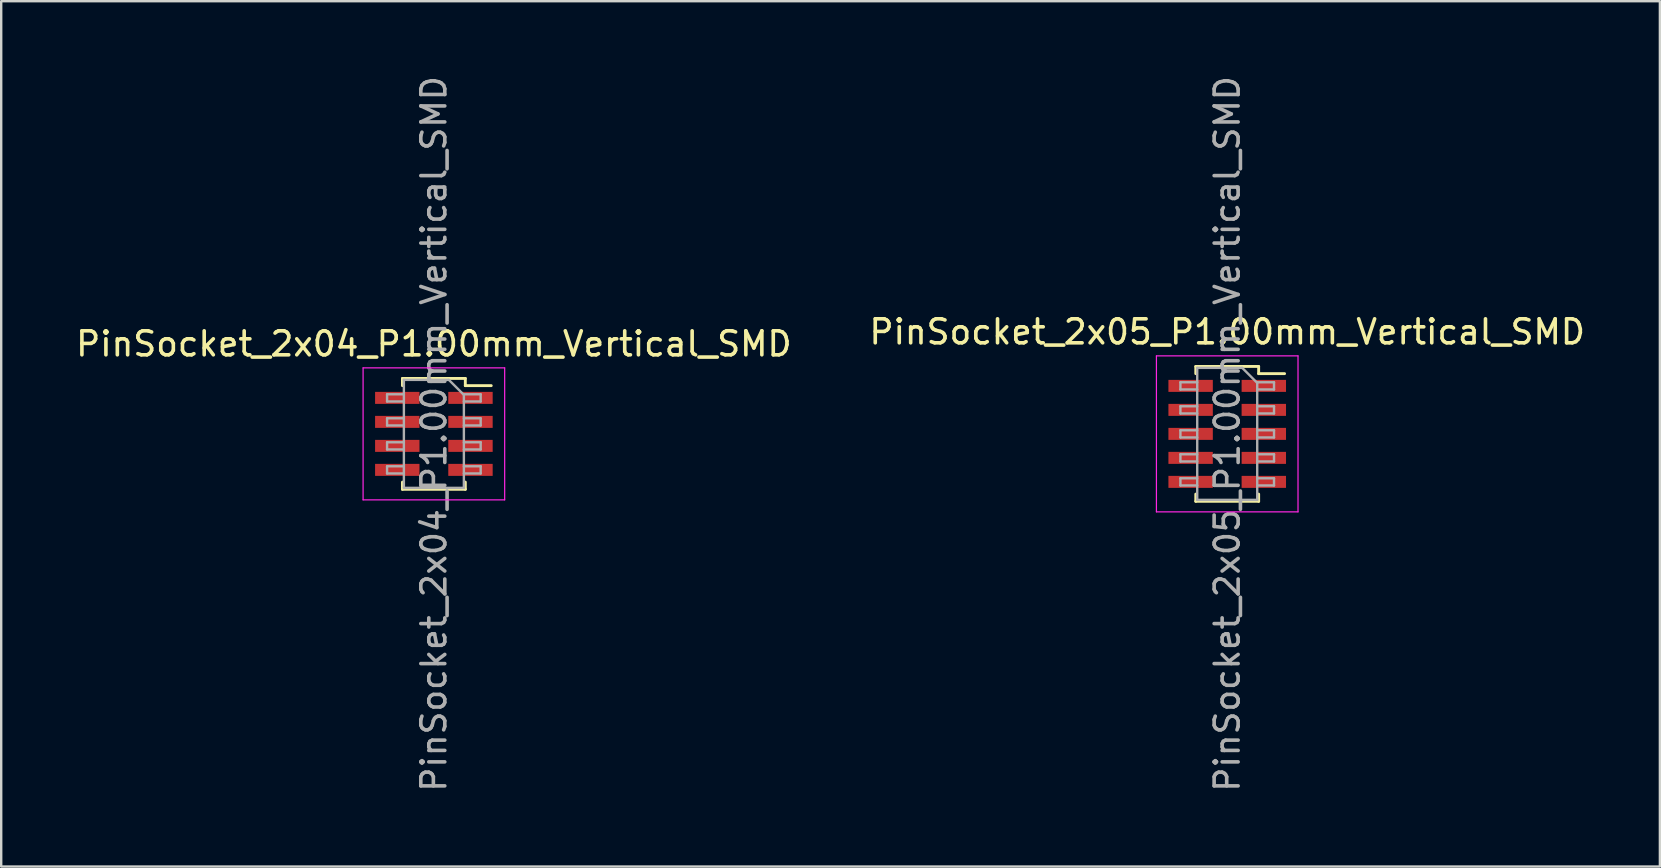
<source format=kicad_pcb>
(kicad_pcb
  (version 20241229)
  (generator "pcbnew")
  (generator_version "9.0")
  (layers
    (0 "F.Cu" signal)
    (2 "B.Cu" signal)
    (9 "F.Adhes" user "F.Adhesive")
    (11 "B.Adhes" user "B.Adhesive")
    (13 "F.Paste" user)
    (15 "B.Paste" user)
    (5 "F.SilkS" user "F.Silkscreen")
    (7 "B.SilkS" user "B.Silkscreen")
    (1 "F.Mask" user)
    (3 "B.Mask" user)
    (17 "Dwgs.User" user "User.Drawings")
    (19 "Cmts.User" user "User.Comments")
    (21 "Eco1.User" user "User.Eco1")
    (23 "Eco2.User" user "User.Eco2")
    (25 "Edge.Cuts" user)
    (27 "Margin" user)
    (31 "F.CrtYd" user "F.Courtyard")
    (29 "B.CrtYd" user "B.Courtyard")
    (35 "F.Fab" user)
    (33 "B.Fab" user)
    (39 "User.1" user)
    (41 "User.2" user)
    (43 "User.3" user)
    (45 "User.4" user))
  (footprint "PinSocket_2x04_P1.00mm_Vertical_SMD"
    (layer "F.Cu")
    (at 15.03 15.03)
    (property "Reference" "PinSocket_2x04_P1.00mm_Vertical_SMD" (at 0 -3.75 0) (layer "F.SilkS") (effects (font (size 1 1) (thickness 0.15))))
    (attr smd)
    (fp_line (start -1.31 -2.31) (end -1.31 -2.01) (stroke (width 0.12) (type solid)) (layer "F.SilkS"))
    (fp_line (start -1.31 -2.31) (end 1.31 -2.31) (stroke (width 0.12) (type solid)) (layer "F.SilkS"))
    (fp_line (start -1.31 2.01) (end -1.31 2.31) (stroke (width 0.12) (type solid)) (layer "F.SilkS"))
    (fp_line (start -1.31 2.31) (end 1.31 2.31) (stroke (width 0.12) (type solid)) (layer "F.SilkS"))
    (fp_line (start 1.31 -2.31) (end 1.31 -2.01) (stroke (width 0.12) (type solid)) (layer "F.SilkS"))
    (fp_line (start 1.31 -2.01) (end 2.39 -2.01) (stroke (width 0.12) (type solid)) (layer "F.SilkS"))
    (fp_line (start 1.31 2.01) (end 1.31 2.31) (stroke (width 0.12) (type solid)) (layer "F.SilkS"))
    (fp_line (start -2.95 -2.75) (end 2.95 -2.75) (stroke (width 0.05) (type solid)) (layer "F.CrtYd"))
    (fp_line (start -2.95 2.75) (end -2.95 -2.75) (stroke (width 0.05) (type solid)) (layer "F.CrtYd"))
    (fp_line (start 2.95 -2.75) (end 2.95 2.75) (stroke (width 0.05) (type solid)) (layer "F.CrtYd"))
    (fp_line (start 2.95 2.75) (end -2.95 2.75) (stroke (width 0.05) (type solid)) (layer "F.CrtYd"))
    (fp_line (start -1.95 -1.65) (end -1.25 -1.65) (stroke (width 0.1) (type solid)) (layer "F.Fab"))
    (fp_line (start -1.95 -1.35) (end -1.95 -1.65) (stroke (width 0.1) (type solid)) (layer "F.Fab"))
    (fp_line (start -1.95 -0.65) (end -1.25 -0.65) (stroke (width 0.1) (type solid)) (layer "F.Fab"))
    (fp_line (start -1.95 -0.35) (end -1.95 -0.65) (stroke (width 0.1) (type solid)) (layer "F.Fab"))
    (fp_line (start -1.95 0.35) (end -1.25 0.35) (stroke (width 0.1) (type solid)) (layer "F.Fab"))
    (fp_line (start -1.95 0.65) (end -1.95 0.35) (stroke (width 0.1) (type solid)) (layer "F.Fab"))
    (fp_line (start -1.95 1.35) (end -1.25 1.35) (stroke (width 0.1) (type solid)) (layer "F.Fab"))
    (fp_line (start -1.95 1.65) (end -1.95 1.35) (stroke (width 0.1) (type solid)) (layer "F.Fab"))
    (fp_line (start -1.25 -2.25) (end 0.625 -2.25) (stroke (width 0.1) (type solid)) (layer "F.Fab"))
    (fp_line (start -1.25 -1.35) (end -1.95 -1.35) (stroke (width 0.1) (type solid)) (layer "F.Fab"))
    (fp_line (start -1.25 -0.35) (end -1.95 -0.35) (stroke (width 0.1) (type solid)) (layer "F.Fab"))
    (fp_line (start -1.25 0.65) (end -1.95 0.65) (stroke (width 0.1) (type solid)) (layer "F.Fab"))
    (fp_line (start -1.25 1.65) (end -1.95 1.65) (stroke (width 0.1) (type solid)) (layer "F.Fab"))
    (fp_line (start -1.25 2.25) (end -1.25 -2.25) (stroke (width 0.1) (type solid)) (layer "F.Fab"))
    (fp_line (start 0.625 -2.25) (end 1.25 -1.625) (stroke (width 0.1) (type solid)) (layer "F.Fab"))
    (fp_line (start 1.25 -1.65) (end 1.95 -1.65) (stroke (width 0.1) (type solid)) (layer "F.Fab"))
    (fp_line (start 1.25 -1.625) (end 1.25 2.25) (stroke (width 0.1) (type solid)) (layer "F.Fab"))
    (fp_line (start 1.25 -0.65) (end 1.95 -0.65) (stroke (width 0.1) (type solid)) (layer "F.Fab"))
    (fp_line (start 1.25 0.35) (end 1.95 0.35) (stroke (width 0.1) (type solid)) (layer "F.Fab"))
    (fp_line (start 1.25 1.35) (end 1.95 1.35) (stroke (width 0.1) (type solid)) (layer "F.Fab"))
    (fp_line (start 1.25 2.25) (end -1.25 2.25) (stroke (width 0.1) (type solid)) (layer "F.Fab"))
    (fp_line (start 1.95 -1.65) (end 1.95 -1.35) (stroke (width 0.1) (type solid)) (layer "F.Fab"))
    (fp_line (start 1.95 -1.35) (end 1.25 -1.35) (stroke (width 0.1) (type solid)) (layer "F.Fab"))
    (fp_line (start 1.95 -0.65) (end 1.95 -0.35) (stroke (width 0.1) (type solid)) (layer "F.Fab"))
    (fp_line (start 1.95 -0.35) (end 1.25 -0.35) (stroke (width 0.1) (type solid)) (layer "F.Fab"))
    (fp_line (start 1.95 0.35) (end 1.95 0.65) (stroke (width 0.1) (type solid)) (layer "F.Fab"))
    (fp_line (start 1.95 0.65) (end 1.25 0.65) (stroke (width 0.1) (type solid)) (layer "F.Fab"))
    (fp_line (start 1.95 1.35) (end 1.95 1.65) (stroke (width 0.1) (type solid)) (layer "F.Fab"))
    (fp_line (start 1.95 1.65) (end 1.25 1.65) (stroke (width 0.1) (type solid)) (layer "F.Fab"))
    (fp_text user "${REFERENCE}" (at 0 0 90) (layer "F.Fab") (effects (font (size 1 1) (thickness 0.15))))
    (pad "1" smd rect (at 1.525 -1.5) (size 1.85 0.5) (layers "F.Cu" "F.Mask" "F.Paste"))
    (pad "2" smd rect (at -1.525 -1.5) (size 1.85 0.5) (layers "F.Cu" "F.Mask" "F.Paste"))
    (pad "3" smd rect (at 1.525 -0.5) (size 1.85 0.5) (layers "F.Cu" "F.Mask" "F.Paste"))
    (pad "4" smd rect (at -1.525 -0.5) (size 1.85 0.5) (layers "F.Cu" "F.Mask" "F.Paste"))
    (pad "5" smd rect (at 1.525 0.5) (size 1.85 0.5) (layers "F.Cu" "F.Mask" "F.Paste"))
    (pad "6" smd rect (at -1.525 0.5) (size 1.85 0.5) (layers "F.Cu" "F.Mask" "F.Paste"))
    (pad "7" smd rect (at 1.525 1.5) (size 1.85 0.5) (layers "F.Cu" "F.Mask" "F.Paste"))
    (pad "8" smd rect (at -1.525 1.5) (size 1.85 0.5) (layers "F.Cu" "F.Mask" "F.Paste")))
  (footprint "PinSocket_2x05_P1.00mm_Vertical_SMD"
    (layer "F.Cu")
    (at 48.089 15.03)
    (property "Reference" "PinSocket_2x05_P1.00mm_Vertical_SMD" (at 0 -4.25 0) (layer "F.SilkS") (effects (font (size 1 1) (thickness 0.15))))
    (attr smd)
    (fp_line (start -1.31 -2.81) (end -1.31 -2.51) (stroke (width 0.12) (type solid)) (layer "F.SilkS"))
    (fp_line (start -1.31 -2.81) (end 1.31 -2.81) (stroke (width 0.12) (type solid)) (layer "F.SilkS"))
    (fp_line (start -1.31 2.51) (end -1.31 2.81) (stroke (width 0.12) (type solid)) (layer "F.SilkS"))
    (fp_line (start -1.31 2.81) (end 1.31 2.81) (stroke (width 0.12) (type solid)) (layer "F.SilkS"))
    (fp_line (start 1.31 -2.81) (end 1.31 -2.51) (stroke (width 0.12) (type solid)) (layer "F.SilkS"))
    (fp_line (start 1.31 -2.51) (end 2.39 -2.51) (stroke (width 0.12) (type solid)) (layer "F.SilkS"))
    (fp_line (start 1.31 2.51) (end 1.31 2.81) (stroke (width 0.12) (type solid)) (layer "F.SilkS"))
    (fp_line (start -2.95 -3.25) (end 2.95 -3.25) (stroke (width 0.05) (type solid)) (layer "F.CrtYd"))
    (fp_line (start -2.95 3.25) (end -2.95 -3.25) (stroke (width 0.05) (type solid)) (layer "F.CrtYd"))
    (fp_line (start 2.95 -3.25) (end 2.95 3.25) (stroke (width 0.05) (type solid)) (layer "F.CrtYd"))
    (fp_line (start 2.95 3.25) (end -2.95 3.25) (stroke (width 0.05) (type solid)) (layer "F.CrtYd"))
    (fp_line (start -1.95 -2.15) (end -1.25 -2.15) (stroke (width 0.1) (type solid)) (layer "F.Fab"))
    (fp_line (start -1.95 -1.85) (end -1.95 -2.15) (stroke (width 0.1) (type solid)) (layer "F.Fab"))
    (fp_line (start -1.95 -1.15) (end -1.25 -1.15) (stroke (width 0.1) (type solid)) (layer "F.Fab"))
    (fp_line (start -1.95 -0.85) (end -1.95 -1.15) (stroke (width 0.1) (type solid)) (layer "F.Fab"))
    (fp_line (start -1.95 -0.15) (end -1.25 -0.15) (stroke (width 0.1) (type solid)) (layer "F.Fab"))
    (fp_line (start -1.95 0.15) (end -1.95 -0.15) (stroke (width 0.1) (type solid)) (layer "F.Fab"))
    (fp_line (start -1.95 0.85) (end -1.25 0.85) (stroke (width 0.1) (type solid)) (layer "F.Fab"))
    (fp_line (start -1.95 1.15) (end -1.95 0.85) (stroke (width 0.1) (type solid)) (layer "F.Fab"))
    (fp_line (start -1.95 1.85) (end -1.25 1.85) (stroke (width 0.1) (type solid)) (layer "F.Fab"))
    (fp_line (start -1.95 2.15) (end -1.95 1.85) (stroke (width 0.1) (type solid)) (layer "F.Fab"))
    (fp_line (start -1.25 -2.75) (end 0.625 -2.75) (stroke (width 0.1) (type solid)) (layer "F.Fab"))
    (fp_line (start -1.25 -1.85) (end -1.95 -1.85) (stroke (width 0.1) (type solid)) (layer "F.Fab"))
    (fp_line (start -1.25 -0.85) (end -1.95 -0.85) (stroke (width 0.1) (type solid)) (layer "F.Fab"))
    (fp_line (start -1.25 0.15) (end -1.95 0.15) (stroke (width 0.1) (type solid)) (layer "F.Fab"))
    (fp_line (start -1.25 1.15) (end -1.95 1.15) (stroke (width 0.1) (type solid)) (layer "F.Fab"))
    (fp_line (start -1.25 2.15) (end -1.95 2.15) (stroke (width 0.1) (type solid)) (layer "F.Fab"))
    (fp_line (start -1.25 2.75) (end -1.25 -2.75) (stroke (width 0.1) (type solid)) (layer "F.Fab"))
    (fp_line (start 0.625 -2.75) (end 1.25 -2.125) (stroke (width 0.1) (type solid)) (layer "F.Fab"))
    (fp_line (start 1.25 -2.15) (end 1.95 -2.15) (stroke (width 0.1) (type solid)) (layer "F.Fab"))
    (fp_line (start 1.25 -2.125) (end 1.25 2.75) (stroke (width 0.1) (type solid)) (layer "F.Fab"))
    (fp_line (start 1.25 -1.15) (end 1.95 -1.15) (stroke (width 0.1) (type solid)) (layer "F.Fab"))
    (fp_line (start 1.25 -0.15) (end 1.95 -0.15) (stroke (width 0.1) (type solid)) (layer "F.Fab"))
    (fp_line (start 1.25 0.85) (end 1.95 0.85) (stroke (width 0.1) (type solid)) (layer "F.Fab"))
    (fp_line (start 1.25 1.85) (end 1.95 1.85) (stroke (width 0.1) (type solid)) (layer "F.Fab"))
    (fp_line (start 1.25 2.75) (end -1.25 2.75) (stroke (width 0.1) (type solid)) (layer "F.Fab"))
    (fp_line (start 1.95 -2.15) (end 1.95 -1.85) (stroke (width 0.1) (type solid)) (layer "F.Fab"))
    (fp_line (start 1.95 -1.85) (end 1.25 -1.85) (stroke (width 0.1) (type solid)) (layer "F.Fab"))
    (fp_line (start 1.95 -1.15) (end 1.95 -0.85) (stroke (width 0.1) (type solid)) (layer "F.Fab"))
    (fp_line (start 1.95 -0.85) (end 1.25 -0.85) (stroke (width 0.1) (type solid)) (layer "F.Fab"))
    (fp_line (start 1.95 -0.15) (end 1.95 0.15) (stroke (width 0.1) (type solid)) (layer "F.Fab"))
    (fp_line (start 1.95 0.15) (end 1.25 0.15) (stroke (width 0.1) (type solid)) (layer "F.Fab"))
    (fp_line (start 1.95 0.85) (end 1.95 1.15) (stroke (width 0.1) (type solid)) (layer "F.Fab"))
    (fp_line (start 1.95 1.15) (end 1.25 1.15) (stroke (width 0.1) (type solid)) (layer "F.Fab"))
    (fp_line (start 1.95 1.85) (end 1.95 2.15) (stroke (width 0.1) (type solid)) (layer "F.Fab"))
    (fp_line (start 1.95 2.15) (end 1.25 2.15) (stroke (width 0.1) (type solid)) (layer "F.Fab"))
    (fp_text user "${REFERENCE}" (at 0 0 90) (layer "F.Fab") (effects (font (size 1 1) (thickness 0.15))))
    (pad "1" smd rect (at 1.525 -2) (size 1.85 0.5) (layers "F.Cu" "F.Mask" "F.Paste"))
    (pad "2" smd rect (at -1.525 -2) (size 1.85 0.5) (layers "F.Cu" "F.Mask" "F.Paste"))
    (pad "3" smd rect (at 1.525 -1) (size 1.85 0.5) (layers "F.Cu" "F.Mask" "F.Paste"))
    (pad "4" smd rect (at -1.525 -1) (size 1.85 0.5) (layers "F.Cu" "F.Mask" "F.Paste"))
    (pad "5" smd rect (at 1.525 0) (size 1.85 0.5) (layers "F.Cu" "F.Mask" "F.Paste"))
    (pad "6" smd rect (at -1.525 0) (size 1.85 0.5) (layers "F.Cu" "F.Mask" "F.Paste"))
    (pad "7" smd rect (at 1.525 1) (size 1.85 0.5) (layers "F.Cu" "F.Mask" "F.Paste"))
    (pad "8" smd rect (at -1.525 1) (size 1.85 0.5) (layers "F.Cu" "F.Mask" "F.Paste"))
    (pad "9" smd rect (at 1.525 2) (size 1.85 0.5) (layers "F.Cu" "F.Mask" "F.Paste"))
    (pad "10" smd rect (at -1.525 2) (size 1.85 0.5) (layers "F.Cu" "F.Mask" "F.Paste")))
  (gr_rect
    (start -3 -3)
    (end 66.119 33.06)
    (stroke (width 0.1) (type default))
    (fill no)
    (layer "Edge.Cuts")))
</source>
